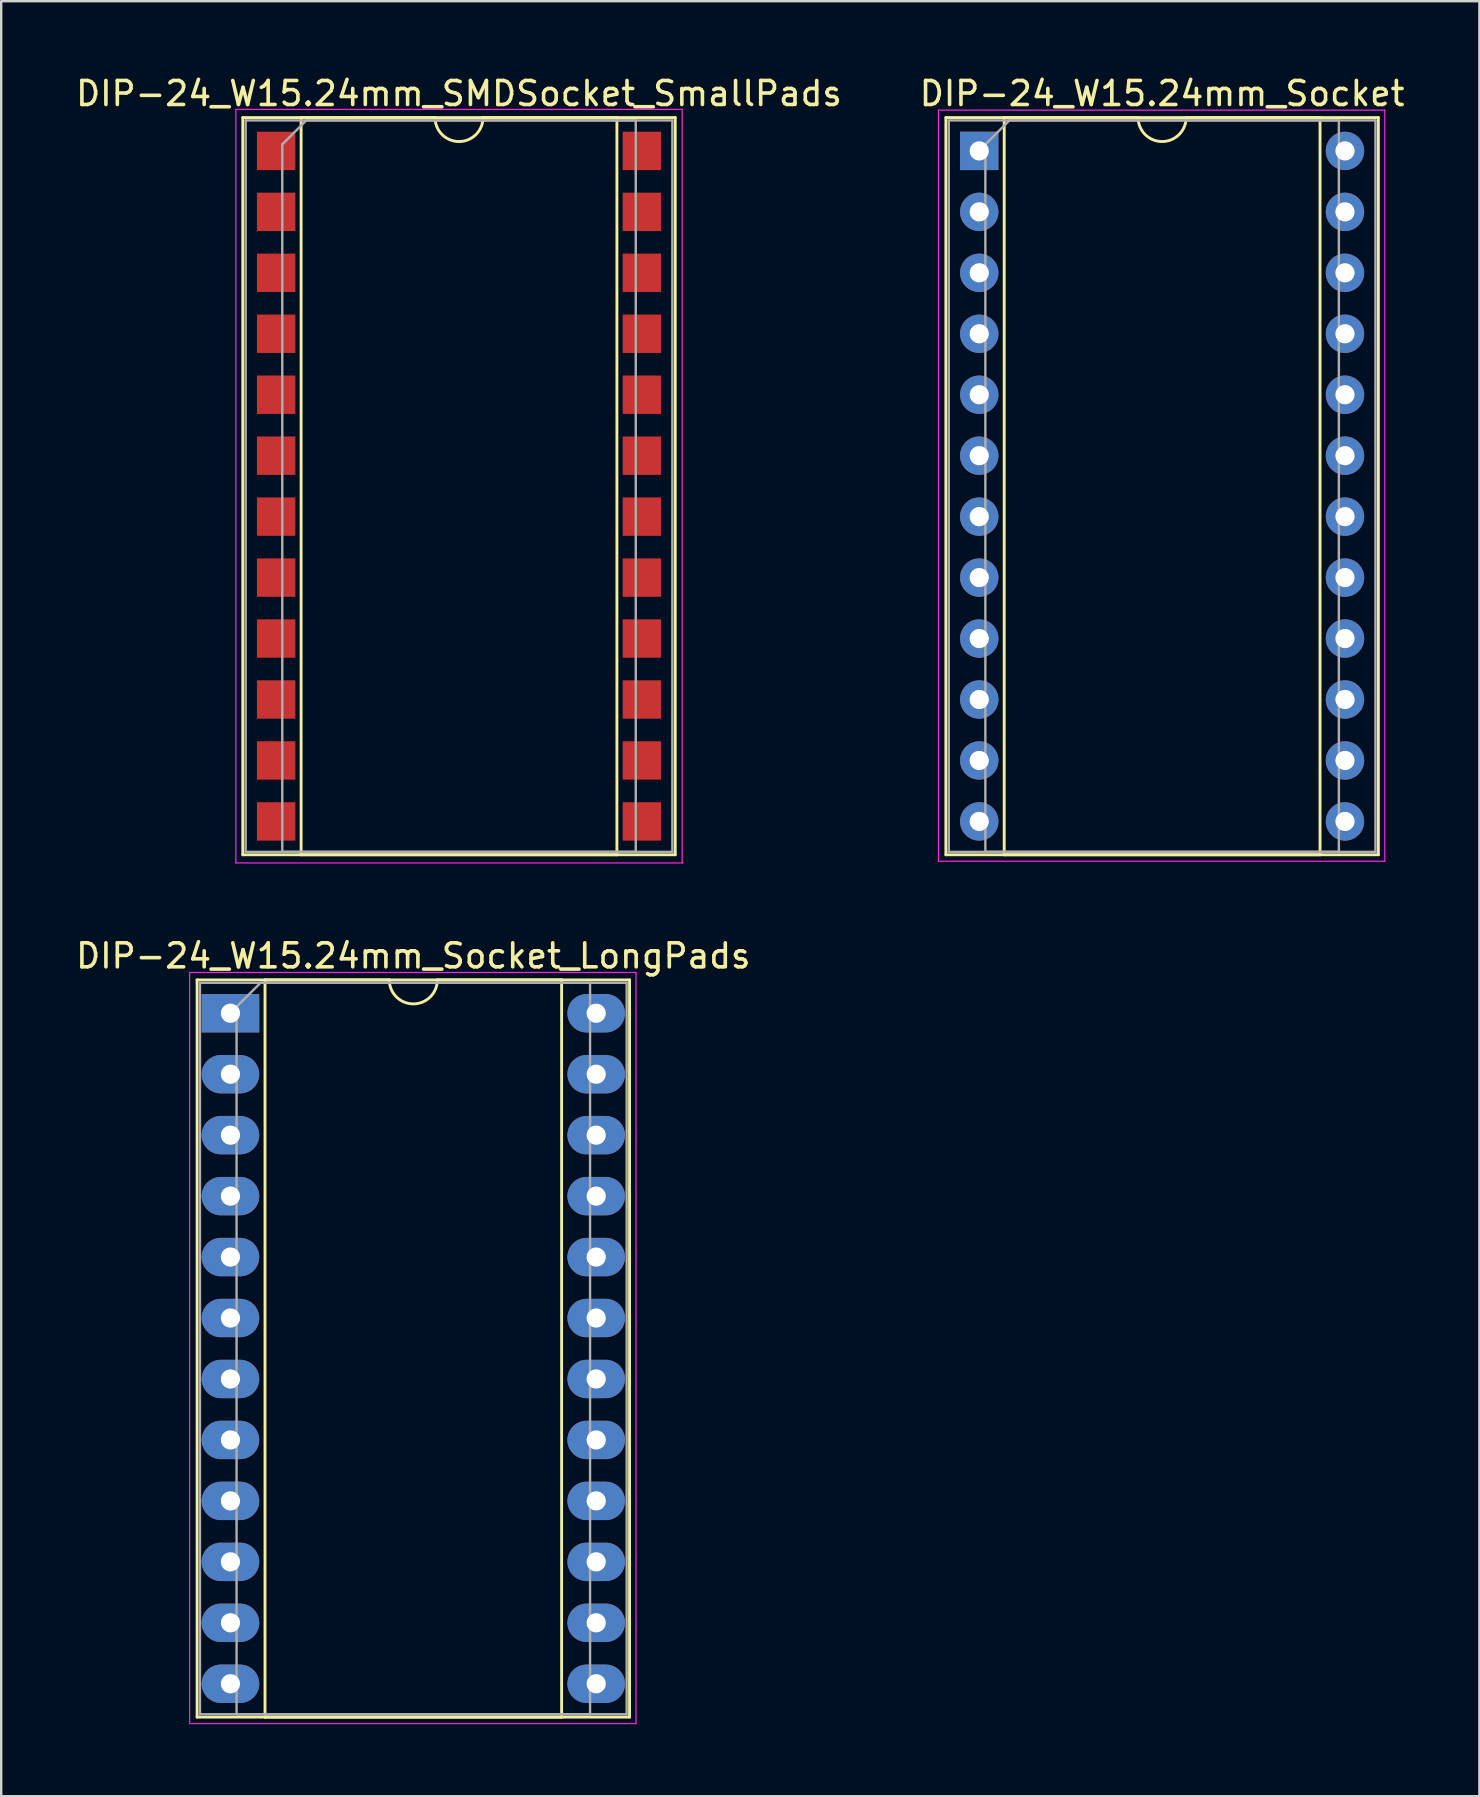
<source format=kicad_pcb>
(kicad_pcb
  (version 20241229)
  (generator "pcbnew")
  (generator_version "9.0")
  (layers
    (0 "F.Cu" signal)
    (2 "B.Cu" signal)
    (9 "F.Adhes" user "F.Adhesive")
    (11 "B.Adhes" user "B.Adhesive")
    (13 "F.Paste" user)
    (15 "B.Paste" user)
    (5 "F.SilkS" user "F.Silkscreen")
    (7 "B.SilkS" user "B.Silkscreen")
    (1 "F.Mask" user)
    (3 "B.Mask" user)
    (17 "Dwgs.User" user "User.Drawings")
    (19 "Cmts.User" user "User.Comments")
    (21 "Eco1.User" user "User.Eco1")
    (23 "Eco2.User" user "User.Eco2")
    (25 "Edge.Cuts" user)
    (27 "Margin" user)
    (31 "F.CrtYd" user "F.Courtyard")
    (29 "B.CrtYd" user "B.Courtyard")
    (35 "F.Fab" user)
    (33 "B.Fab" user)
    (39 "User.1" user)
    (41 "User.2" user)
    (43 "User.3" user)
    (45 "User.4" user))
  (footprint "DIP-24_W15.24mm_Socket_LongPads"
    (layer "F.Cu")
    (at 6.553 39.172)
    (property "Reference" "DIP-24_W15.24mm_Socket_LongPads" (at 7.62 -2.39 0) (layer "F.SilkS") (effects (font (size 1 1) (thickness 0.15))))
    (attr through_hole)
    (fp_line (start -1.39 -1.39) (end -1.39 29.33) (stroke (width 0.12) (type solid)) (layer "F.SilkS"))
    (fp_line (start -1.39 29.33) (end 16.63 29.33) (stroke (width 0.12) (type solid)) (layer "F.SilkS"))
    (fp_line (start 1.44 -1.39) (end 1.44 29.33) (stroke (width 0.12) (type solid)) (layer "F.SilkS"))
    (fp_line (start 1.44 29.33) (end 13.8 29.33) (stroke (width 0.12) (type solid)) (layer "F.SilkS"))
    (fp_line (start 6.62 -1.39) (end 1.44 -1.39) (stroke (width 0.12) (type solid)) (layer "F.SilkS"))
    (fp_line (start 13.8 -1.39) (end 8.62 -1.39) (stroke (width 0.12) (type solid)) (layer "F.SilkS"))
    (fp_line (start 13.8 29.33) (end 13.8 -1.39) (stroke (width 0.12) (type solid)) (layer "F.SilkS"))
    (fp_line (start 16.63 -1.39) (end -1.39 -1.39) (stroke (width 0.12) (type solid)) (layer "F.SilkS"))
    (fp_line (start 16.63 29.33) (end 16.63 -1.39) (stroke (width 0.12) (type solid)) (layer "F.SilkS"))
    (fp_arc (start 8.62 -1.39) (mid 7.62 -0.39) (end 6.62 -1.39) (stroke (width 0.12) (type solid)) (layer "F.SilkS"))
    (fp_line (start -1.7 -1.7) (end -1.7 29.6) (stroke (width 0.05) (type solid)) (layer "F.CrtYd"))
    (fp_line (start -1.7 29.6) (end 16.9 29.6) (stroke (width 0.05) (type solid)) (layer "F.CrtYd"))
    (fp_line (start 16.9 -1.7) (end -1.7 -1.7) (stroke (width 0.05) (type solid)) (layer "F.CrtYd"))
    (fp_line (start 16.9 29.6) (end 16.9 -1.7) (stroke (width 0.05) (type solid)) (layer "F.CrtYd"))
    (fp_line (start -1.27 -1.27) (end -1.27 29.21) (stroke (width 0.1) (type solid)) (layer "F.Fab"))
    (fp_line (start -1.27 29.21) (end 16.51 29.21) (stroke (width 0.1) (type solid)) (layer "F.Fab"))
    (fp_line (start 0.255 -0.27) (end 1.255 -1.27) (stroke (width 0.1) (type solid)) (layer "F.Fab"))
    (fp_line (start 0.255 29.21) (end 0.255 -0.27) (stroke (width 0.1) (type solid)) (layer "F.Fab"))
    (fp_line (start 1.255 -1.27) (end 14.985 -1.27) (stroke (width 0.1) (type solid)) (layer "F.Fab"))
    (fp_line (start 14.985 -1.27) (end 14.985 29.21) (stroke (width 0.1) (type solid)) (layer "F.Fab"))
    (fp_line (start 14.985 29.21) (end 0.255 29.21) (stroke (width 0.1) (type solid)) (layer "F.Fab"))
    (fp_line (start 16.51 -1.27) (end -1.27 -1.27) (stroke (width 0.1) (type solid)) (layer "F.Fab"))
    (fp_line (start 16.51 29.21) (end 16.51 -1.27) (stroke (width 0.1) (type solid)) (layer "F.Fab"))
    (pad "1" thru_hole rect (at 0 0) (size 2.4 1.6) (drill 0.8) (layers "*.Cu" "*.Mask"))
    (pad "2" thru_hole oval (at 0 2.54) (size 2.4 1.6) (drill 0.8) (layers "*.Cu" "*.Mask"))
    (pad "3" thru_hole oval (at 0 5.08) (size 2.4 1.6) (drill 0.8) (layers "*.Cu" "*.Mask"))
    (pad "4" thru_hole oval (at 0 7.62) (size 2.4 1.6) (drill 0.8) (layers "*.Cu" "*.Mask"))
    (pad "5" thru_hole oval (at 0 10.16) (size 2.4 1.6) (drill 0.8) (layers "*.Cu" "*.Mask"))
    (pad "6" thru_hole oval (at 0 12.7) (size 2.4 1.6) (drill 0.8) (layers "*.Cu" "*.Mask"))
    (pad "7" thru_hole oval (at 0 15.24) (size 2.4 1.6) (drill 0.8) (layers "*.Cu" "*.Mask"))
    (pad "8" thru_hole oval (at 0 17.78) (size 2.4 1.6) (drill 0.8) (layers "*.Cu" "*.Mask"))
    (pad "9" thru_hole oval (at 0 20.32) (size 2.4 1.6) (drill 0.8) (layers "*.Cu" "*.Mask"))
    (pad "10" thru_hole oval (at 0 22.86) (size 2.4 1.6) (drill 0.8) (layers "*.Cu" "*.Mask"))
    (pad "11" thru_hole oval (at 0 25.4) (size 2.4 1.6) (drill 0.8) (layers "*.Cu" "*.Mask"))
    (pad "12" thru_hole oval (at 0 27.94) (size 2.4 1.6) (drill 0.8) (layers "*.Cu" "*.Mask"))
    (pad "13" thru_hole oval (at 15.24 27.94) (size 2.4 1.6) (drill 0.8) (layers "*.Cu" "*.Mask"))
    (pad "14" thru_hole oval (at 15.24 25.4) (size 2.4 1.6) (drill 0.8) (layers "*.Cu" "*.Mask"))
    (pad "15" thru_hole oval (at 15.24 22.86) (size 2.4 1.6) (drill 0.8) (layers "*.Cu" "*.Mask"))
    (pad "16" thru_hole oval (at 15.24 20.32) (size 2.4 1.6) (drill 0.8) (layers "*.Cu" "*.Mask"))
    (pad "17" thru_hole oval (at 15.24 17.78) (size 2.4 1.6) (drill 0.8) (layers "*.Cu" "*.Mask"))
    (pad "18" thru_hole oval (at 15.24 15.24) (size 2.4 1.6) (drill 0.8) (layers "*.Cu" "*.Mask"))
    (pad "19" thru_hole oval (at 15.24 12.7) (size 2.4 1.6) (drill 0.8) (layers "*.Cu" "*.Mask"))
    (pad "20" thru_hole oval (at 15.24 10.16) (size 2.4 1.6) (drill 0.8) (layers "*.Cu" "*.Mask"))
    (pad "21" thru_hole oval (at 15.24 7.62) (size 2.4 1.6) (drill 0.8) (layers "*.Cu" "*.Mask"))
    (pad "22" thru_hole oval (at 15.24 5.08) (size 2.4 1.6) (drill 0.8) (layers "*.Cu" "*.Mask"))
    (pad "23" thru_hole oval (at 15.24 2.54) (size 2.4 1.6) (drill 0.8) (layers "*.Cu" "*.Mask"))
    (pad "24" thru_hole oval (at 15.24 0) (size 2.4 1.6) (drill 0.8) (layers "*.Cu" "*.Mask")))
  (footprint "DIP-24_W15.24mm_Socket"
    (layer "F.Cu")
    (at 37.755 3.238)
    (property "Reference" "DIP-24_W15.24mm_Socket" (at 7.62 -2.39 0) (layer "F.SilkS") (effects (font (size 1 1) (thickness 0.15))))
    (attr through_hole)
    (fp_line (start -1.39 -1.39) (end -1.39 29.33) (stroke (width 0.12) (type solid)) (layer "F.SilkS"))
    (fp_line (start -1.39 29.33) (end 16.63 29.33) (stroke (width 0.12) (type solid)) (layer "F.SilkS"))
    (fp_line (start 1.04 -1.39) (end 1.04 29.33) (stroke (width 0.12) (type solid)) (layer "F.SilkS"))
    (fp_line (start 1.04 29.33) (end 14.2 29.33) (stroke (width 0.12) (type solid)) (layer "F.SilkS"))
    (fp_line (start 6.62 -1.39) (end 1.04 -1.39) (stroke (width 0.12) (type solid)) (layer "F.SilkS"))
    (fp_line (start 14.2 -1.39) (end 8.62 -1.39) (stroke (width 0.12) (type solid)) (layer "F.SilkS"))
    (fp_line (start 14.2 29.33) (end 14.2 -1.39) (stroke (width 0.12) (type solid)) (layer "F.SilkS"))
    (fp_line (start 16.63 -1.39) (end -1.39 -1.39) (stroke (width 0.12) (type solid)) (layer "F.SilkS"))
    (fp_line (start 16.63 29.33) (end 16.63 -1.39) (stroke (width 0.12) (type solid)) (layer "F.SilkS"))
    (fp_arc (start 8.62 -1.39) (mid 7.62 -0.39) (end 6.62 -1.39) (stroke (width 0.12) (type solid)) (layer "F.SilkS"))
    (fp_line (start -1.7 -1.7) (end -1.7 29.6) (stroke (width 0.05) (type solid)) (layer "F.CrtYd"))
    (fp_line (start -1.7 29.6) (end 16.9 29.6) (stroke (width 0.05) (type solid)) (layer "F.CrtYd"))
    (fp_line (start 16.9 -1.7) (end -1.7 -1.7) (stroke (width 0.05) (type solid)) (layer "F.CrtYd"))
    (fp_line (start 16.9 29.6) (end 16.9 -1.7) (stroke (width 0.05) (type solid)) (layer "F.CrtYd"))
    (fp_line (start -1.27 -1.27) (end -1.27 29.21) (stroke (width 0.1) (type solid)) (layer "F.Fab"))
    (fp_line (start -1.27 29.21) (end 16.51 29.21) (stroke (width 0.1) (type solid)) (layer "F.Fab"))
    (fp_line (start 0.255 -0.27) (end 1.255 -1.27) (stroke (width 0.1) (type solid)) (layer "F.Fab"))
    (fp_line (start 0.255 29.21) (end 0.255 -0.27) (stroke (width 0.1) (type solid)) (layer "F.Fab"))
    (fp_line (start 1.255 -1.27) (end 14.985 -1.27) (stroke (width 0.1) (type solid)) (layer "F.Fab"))
    (fp_line (start 14.985 -1.27) (end 14.985 29.21) (stroke (width 0.1) (type solid)) (layer "F.Fab"))
    (fp_line (start 14.985 29.21) (end 0.255 29.21) (stroke (width 0.1) (type solid)) (layer "F.Fab"))
    (fp_line (start 16.51 -1.27) (end -1.27 -1.27) (stroke (width 0.1) (type solid)) (layer "F.Fab"))
    (fp_line (start 16.51 29.21) (end 16.51 -1.27) (stroke (width 0.1) (type solid)) (layer "F.Fab"))
    (pad "1" thru_hole rect (at 0 0) (size 1.6 1.6) (drill 0.8) (layers "*.Cu" "*.Mask"))
    (pad "2" thru_hole oval (at 0 2.54) (size 1.6 1.6) (drill 0.8) (layers "*.Cu" "*.Mask"))
    (pad "3" thru_hole oval (at 0 5.08) (size 1.6 1.6) (drill 0.8) (layers "*.Cu" "*.Mask"))
    (pad "4" thru_hole oval (at 0 7.62) (size 1.6 1.6) (drill 0.8) (layers "*.Cu" "*.Mask"))
    (pad "5" thru_hole oval (at 0 10.16) (size 1.6 1.6) (drill 0.8) (layers "*.Cu" "*.Mask"))
    (pad "6" thru_hole oval (at 0 12.7) (size 1.6 1.6) (drill 0.8) (layers "*.Cu" "*.Mask"))
    (pad "7" thru_hole oval (at 0 15.24) (size 1.6 1.6) (drill 0.8) (layers "*.Cu" "*.Mask"))
    (pad "8" thru_hole oval (at 0 17.78) (size 1.6 1.6) (drill 0.8) (layers "*.Cu" "*.Mask"))
    (pad "9" thru_hole oval (at 0 20.32) (size 1.6 1.6) (drill 0.8) (layers "*.Cu" "*.Mask"))
    (pad "10" thru_hole oval (at 0 22.86) (size 1.6 1.6) (drill 0.8) (layers "*.Cu" "*.Mask"))
    (pad "11" thru_hole oval (at 0 25.4) (size 1.6 1.6) (drill 0.8) (layers "*.Cu" "*.Mask"))
    (pad "12" thru_hole oval (at 0 27.94) (size 1.6 1.6) (drill 0.8) (layers "*.Cu" "*.Mask"))
    (pad "13" thru_hole oval (at 15.24 27.94) (size 1.6 1.6) (drill 0.8) (layers "*.Cu" "*.Mask"))
    (pad "14" thru_hole oval (at 15.24 25.4) (size 1.6 1.6) (drill 0.8) (layers "*.Cu" "*.Mask"))
    (pad "15" thru_hole oval (at 15.24 22.86) (size 1.6 1.6) (drill 0.8) (layers "*.Cu" "*.Mask"))
    (pad "16" thru_hole oval (at 15.24 20.32) (size 1.6 1.6) (drill 0.8) (layers "*.Cu" "*.Mask"))
    (pad "17" thru_hole oval (at 15.24 17.78) (size 1.6 1.6) (drill 0.8) (layers "*.Cu" "*.Mask"))
    (pad "18" thru_hole oval (at 15.24 15.24) (size 1.6 1.6) (drill 0.8) (layers "*.Cu" "*.Mask"))
    (pad "19" thru_hole oval (at 15.24 12.7) (size 1.6 1.6) (drill 0.8) (layers "*.Cu" "*.Mask"))
    (pad "20" thru_hole oval (at 15.24 10.16) (size 1.6 1.6) (drill 0.8) (layers "*.Cu" "*.Mask"))
    (pad "21" thru_hole oval (at 15.24 7.62) (size 1.6 1.6) (drill 0.8) (layers "*.Cu" "*.Mask"))
    (pad "22" thru_hole oval (at 15.24 5.08) (size 1.6 1.6) (drill 0.8) (layers "*.Cu" "*.Mask"))
    (pad "23" thru_hole oval (at 15.24 2.54) (size 1.6 1.6) (drill 0.8) (layers "*.Cu" "*.Mask"))
    (pad "24" thru_hole oval (at 15.24 0) (size 1.6 1.6) (drill 0.8) (layers "*.Cu" "*.Mask")))
  (footprint "DIP-24_W15.24mm_SMDSocket_SmallPads"
    (layer "F.Cu")
    (at 16.077 17.208)
    (property "Reference" "DIP-24_W15.24mm_SMDSocket_SmallPads" (at 0 -16.36 0) (layer "F.SilkS") (effects (font (size 1 1) (thickness 0.15))))
    (attr smd)
    (fp_line (start -9.01 -15.36) (end -9.01 15.36) (stroke (width 0.12) (type solid)) (layer "F.SilkS"))
    (fp_line (start -9.01 15.36) (end 9.01 15.36) (stroke (width 0.12) (type solid)) (layer "F.SilkS"))
    (fp_line (start -6.58 -15.36) (end -6.58 15.36) (stroke (width 0.12) (type solid)) (layer "F.SilkS"))
    (fp_line (start -6.58 15.36) (end 6.58 15.36) (stroke (width 0.12) (type solid)) (layer "F.SilkS"))
    (fp_line (start -1 -15.36) (end -6.58 -15.36) (stroke (width 0.12) (type solid)) (layer "F.SilkS"))
    (fp_line (start 6.58 -15.36) (end 1 -15.36) (stroke (width 0.12) (type solid)) (layer "F.SilkS"))
    (fp_line (start 6.58 15.36) (end 6.58 -15.36) (stroke (width 0.12) (type solid)) (layer "F.SilkS"))
    (fp_line (start 9.01 -15.36) (end -9.01 -15.36) (stroke (width 0.12) (type solid)) (layer "F.SilkS"))
    (fp_line (start 9.01 15.36) (end 9.01 -15.36) (stroke (width 0.12) (type solid)) (layer "F.SilkS"))
    (fp_arc (start 1 -15.36) (mid 0 -14.36) (end -1 -15.36) (stroke (width 0.12) (type solid)) (layer "F.SilkS"))
    (fp_line (start -9.3 -15.7) (end -9.3 15.7) (stroke (width 0.05) (type solid)) (layer "F.CrtYd"))
    (fp_line (start -9.3 15.7) (end 9.3 15.7) (stroke (width 0.05) (type solid)) (layer "F.CrtYd"))
    (fp_line (start 9.3 -15.7) (end -9.3 -15.7) (stroke (width 0.05) (type solid)) (layer "F.CrtYd"))
    (fp_line (start 9.3 15.7) (end 9.3 -15.7) (stroke (width 0.05) (type solid)) (layer "F.CrtYd"))
    (fp_line (start -8.89 -15.24) (end -8.89 15.24) (stroke (width 0.1) (type solid)) (layer "F.Fab"))
    (fp_line (start -8.89 15.24) (end 8.89 15.24) (stroke (width 0.1) (type solid)) (layer "F.Fab"))
    (fp_line (start -7.365 -14.24) (end -6.365 -15.24) (stroke (width 0.1) (type solid)) (layer "F.Fab"))
    (fp_line (start -7.365 15.24) (end -7.365 -14.24) (stroke (width 0.1) (type solid)) (layer "F.Fab"))
    (fp_line (start -6.365 -15.24) (end 7.365 -15.24) (stroke (width 0.1) (type solid)) (layer "F.Fab"))
    (fp_line (start 7.365 -15.24) (end 7.365 15.24) (stroke (width 0.1) (type solid)) (layer "F.Fab"))
    (fp_line (start 7.365 15.24) (end -7.365 15.24) (stroke (width 0.1) (type solid)) (layer "F.Fab"))
    (fp_line (start 8.89 -15.24) (end -8.89 -15.24) (stroke (width 0.1) (type solid)) (layer "F.Fab"))
    (fp_line (start 8.89 15.24) (end 8.89 -15.24) (stroke (width 0.1) (type solid)) (layer "F.Fab"))
    (pad "1" smd rect (at -7.62 -13.97) (size 1.6 1.6) (layers "F.Cu" "F.Mask"))
    (pad "2" smd rect (at -7.62 -11.43) (size 1.6 1.6) (layers "F.Cu" "F.Mask"))
    (pad "3" smd rect (at -7.62 -8.89) (size 1.6 1.6) (layers "F.Cu" "F.Mask"))
    (pad "4" smd rect (at -7.62 -6.35) (size 1.6 1.6) (layers "F.Cu" "F.Mask"))
    (pad "5" smd rect (at -7.62 -3.81) (size 1.6 1.6) (layers "F.Cu" "F.Mask"))
    (pad "6" smd rect (at -7.62 -1.27) (size 1.6 1.6) (layers "F.Cu" "F.Mask"))
    (pad "7" smd rect (at -7.62 1.27) (size 1.6 1.6) (layers "F.Cu" "F.Mask"))
    (pad "8" smd rect (at -7.62 3.81) (size 1.6 1.6) (layers "F.Cu" "F.Mask"))
    (pad "9" smd rect (at -7.62 6.35) (size 1.6 1.6) (layers "F.Cu" "F.Mask"))
    (pad "10" smd rect (at -7.62 8.89) (size 1.6 1.6) (layers "F.Cu" "F.Mask"))
    (pad "11" smd rect (at -7.62 11.43) (size 1.6 1.6) (layers "F.Cu" "F.Mask"))
    (pad "12" smd rect (at -7.62 13.97) (size 1.6 1.6) (layers "F.Cu" "F.Mask"))
    (pad "13" smd rect (at 7.62 13.97) (size 1.6 1.6) (layers "F.Cu" "F.Mask"))
    (pad "14" smd rect (at 7.62 11.43) (size 1.6 1.6) (layers "F.Cu" "F.Mask"))
    (pad "15" smd rect (at 7.62 8.89) (size 1.6 1.6) (layers "F.Cu" "F.Mask"))
    (pad "16" smd rect (at 7.62 6.35) (size 1.6 1.6) (layers "F.Cu" "F.Mask"))
    (pad "17" smd rect (at 7.62 3.81) (size 1.6 1.6) (layers "F.Cu" "F.Mask"))
    (pad "18" smd rect (at 7.62 1.27) (size 1.6 1.6) (layers "F.Cu" "F.Mask"))
    (pad "19" smd rect (at 7.62 -1.27) (size 1.6 1.6) (layers "F.Cu" "F.Mask"))
    (pad "20" smd rect (at 7.62 -3.81) (size 1.6 1.6) (layers "F.Cu" "F.Mask"))
    (pad "21" smd rect (at 7.62 -6.35) (size 1.6 1.6) (layers "F.Cu" "F.Mask"))
    (pad "22" smd rect (at 7.62 -8.89) (size 1.6 1.6) (layers "F.Cu" "F.Mask"))
    (pad "23" smd rect (at 7.62 -11.43) (size 1.6 1.6) (layers "F.Cu" "F.Mask"))
    (pad "24" smd rect (at 7.62 -13.97) (size 1.6 1.6) (layers "F.Cu" "F.Mask")))
  (gr_rect
    (start -3 -3)
    (end 58.595 71.796)
    (stroke (width 0.1) (type default))
    (fill no)
    (layer "Edge.Cuts")))
</source>
